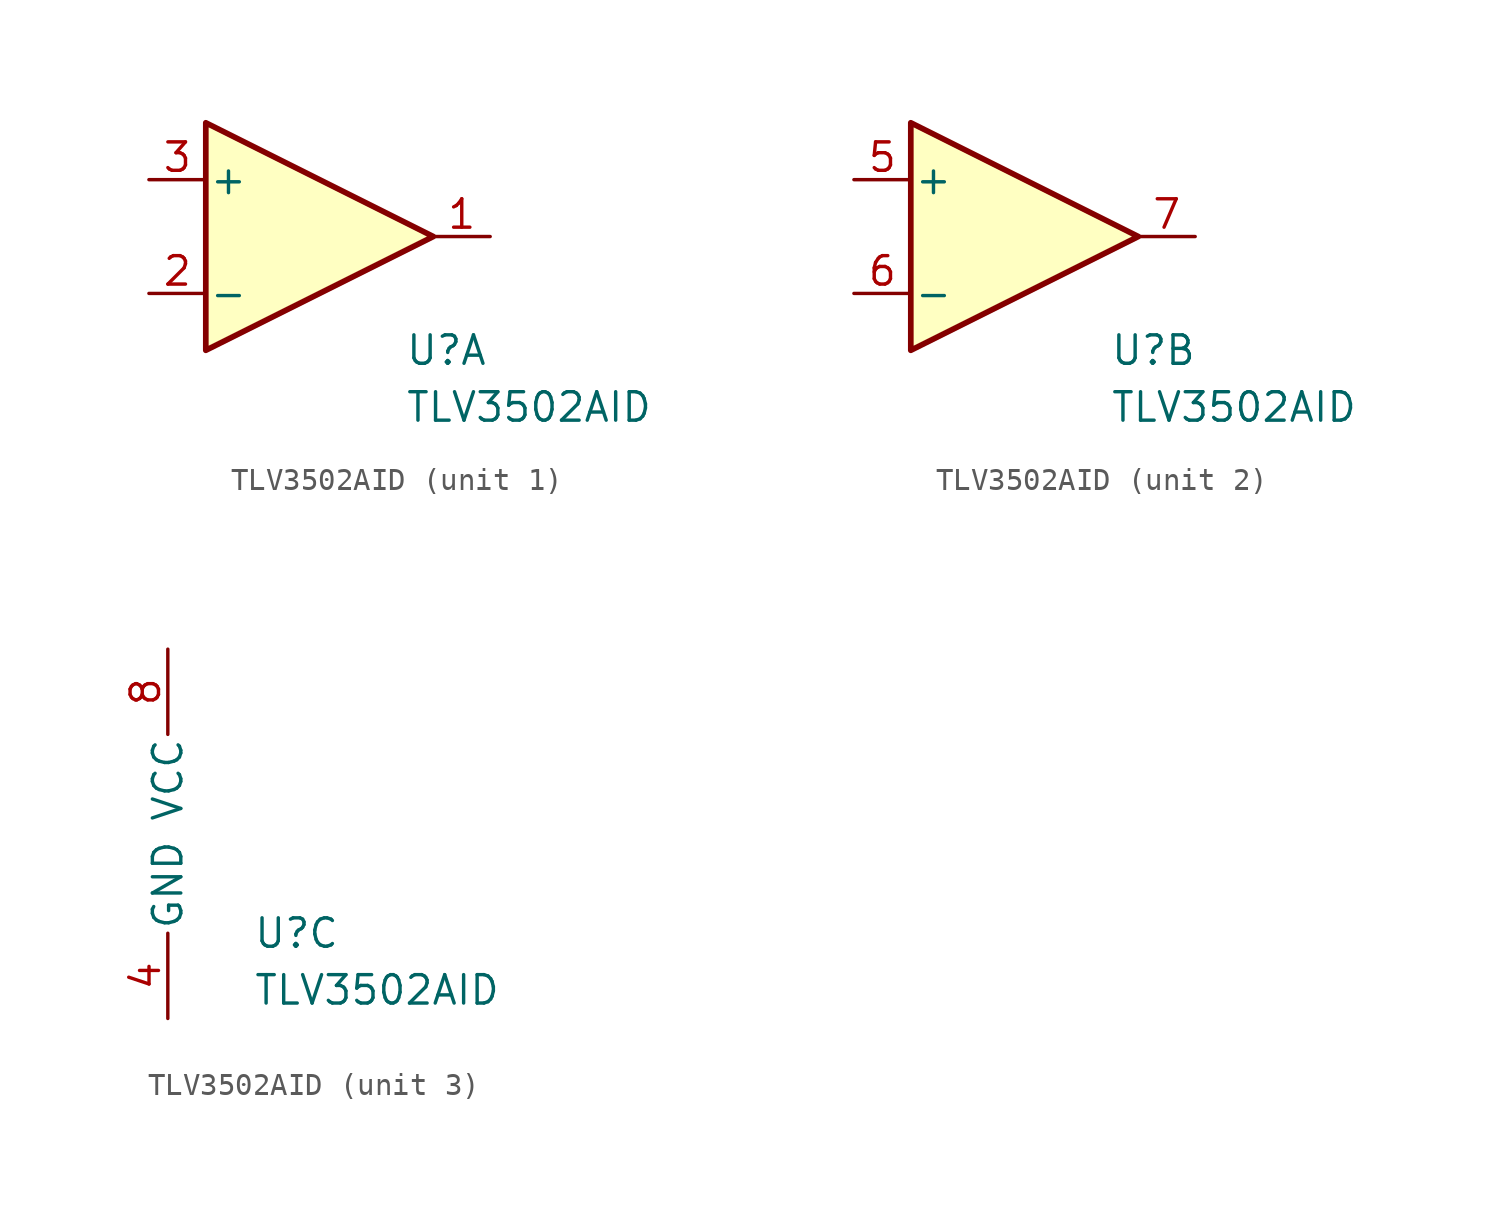
<source format=kicad_sym>
(kicad_symbol_lib
  (version 20231120)
  (generator "kicad_symbol_editor")
  (generator_version "8.0")
  (symbol "TLV3502AID"
    (pin_names
      (offset 0.127))
    (property "Reference" "U"
      (at 3.81 -5.08 0)
      (effects (font (size 1.27 1.27)) (justify left)))
    (property "Value" "TLV3502AID"
      (at 3.81 -7.62 0)
      (effects (font (size 1.27 1.27)) (justify left)))
    (property "ki_locked" ""
      (at 0 0 0)
      (effects (font (size 1.27 1.27))))
    (symbol "TLV3502AID_1_1"
      (polyline (pts (xy -5.08 5.08) (xy 5.08 0) (xy -5.08 -5.08) (xy -5.08 5.08)) (stroke (width 0.254) (type default)) (fill (type background)))
      (pin output line (at 7.62 0 180) (length 2.54) (name "~" (effects (font (size 1.27 1.27)))) (number "1" (effects (font (size 1.27 1.27)))))
      (pin input line (at -7.62 -2.54 0) (length 2.54) (name "-" (effects (font (size 1.27 1.27)))) (number "2" (effects (font (size 1.27 1.27)))))
      (pin input line (at -7.62 2.54 0) (length 2.54) (name "+" (effects (font (size 1.27 1.27)))) (number "3" (effects (font (size 1.27 1.27))))))
    (symbol "TLV3502AID_2_1"
      (polyline (pts (xy -5.08 5.08) (xy 5.08 0) (xy -5.08 -5.08) (xy -5.08 5.08)) (stroke (width 0.254) (type default)) (fill (type background)))
      (pin input line (at -7.62 2.54 0) (length 2.54) (name "+" (effects (font (size 1.27 1.27)))) (number "5" (effects (font (size 1.27 1.27)))))
      (pin input line (at -7.62 -2.54 0) (length 2.54) (name "-" (effects (font (size 1.27 1.27)))) (number "6" (effects (font (size 1.27 1.27)))))
      (pin output line (at 7.62 0 180) (length 2.54) (name "~" (effects (font (size 1.27 1.27)))) (number "7" (effects (font (size 1.27 1.27))))))
    (symbol "TLV3502AID_3_1"
      (pin power_in line (at 0 -8.89 90) (length 3.81) (name "GND" (effects (font (size 1.27 1.27)))) (number "4" (effects (font (size 1.27 1.27)))))
      (pin power_in line (at 0 7.62 270) (length 3.81) (name "VCC" (effects (font (size 1.27 1.27)))) (number "8" (effects (font (size 1.27 1.27))))))))
</source>
